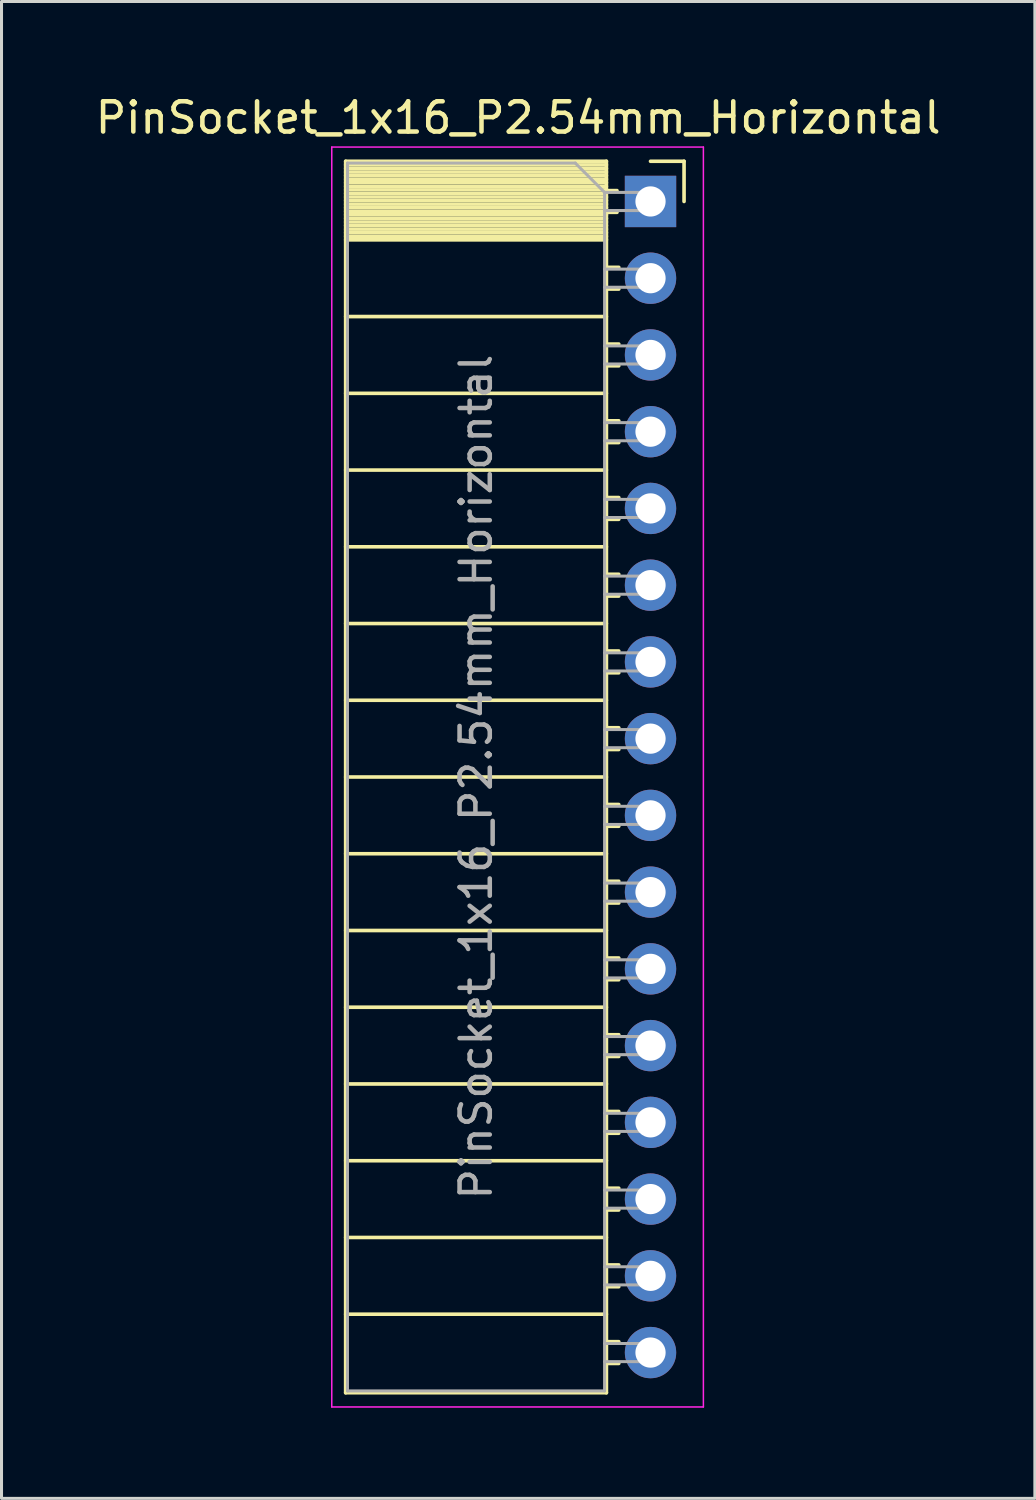
<source format=kicad_pcb>
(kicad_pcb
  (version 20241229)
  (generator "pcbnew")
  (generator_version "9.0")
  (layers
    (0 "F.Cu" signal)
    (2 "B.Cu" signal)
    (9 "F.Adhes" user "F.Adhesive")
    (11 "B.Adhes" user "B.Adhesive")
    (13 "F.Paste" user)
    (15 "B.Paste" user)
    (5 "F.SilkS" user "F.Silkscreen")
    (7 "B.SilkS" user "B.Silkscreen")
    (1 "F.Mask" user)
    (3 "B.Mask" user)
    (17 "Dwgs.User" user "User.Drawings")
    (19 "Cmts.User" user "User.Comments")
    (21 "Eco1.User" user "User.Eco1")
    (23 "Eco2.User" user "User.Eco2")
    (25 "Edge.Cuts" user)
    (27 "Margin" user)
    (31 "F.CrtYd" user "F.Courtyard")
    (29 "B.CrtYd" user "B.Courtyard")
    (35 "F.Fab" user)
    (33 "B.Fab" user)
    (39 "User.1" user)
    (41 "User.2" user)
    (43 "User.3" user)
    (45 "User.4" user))
  (footprint "PinSocket_1x16_P2.54mm_Horizontal"
    (layer "F.Cu")
    (at 18.481 3.618)
    (property "Reference" "PinSocket_1x16_P2.54mm_Horizontal" (at -4.38 -2.77 0) (layer "F.SilkS") (effects (font (size 1 1) (thickness 0.15))))
    (attr through_hole)
    (fp_line (start -10.09 -1.33) (end -10.09 39.43) (stroke (width 0.12) (type solid)) (layer "F.SilkS"))
    (fp_line (start -10.09 -1.33) (end -1.46 -1.33) (stroke (width 0.12) (type solid)) (layer "F.SilkS"))
    (fp_line (start -10.09 -1.21) (end -1.46 -1.21) (stroke (width 0.12) (type solid)) (layer "F.SilkS"))
    (fp_line (start -10.09 -1.092) (end -1.46 -1.092) (stroke (width 0.12) (type solid)) (layer "F.SilkS"))
    (fp_line (start -10.09 -0.974) (end -1.46 -0.974) (stroke (width 0.12) (type solid)) (layer "F.SilkS"))
    (fp_line (start -10.09 -0.856) (end -1.46 -0.856) (stroke (width 0.12) (type solid)) (layer "F.SilkS"))
    (fp_line (start -10.09 -0.738) (end -1.46 -0.738) (stroke (width 0.12) (type solid)) (layer "F.SilkS"))
    (fp_line (start -10.09 -0.62) (end -1.46 -0.62) (stroke (width 0.12) (type solid)) (layer "F.SilkS"))
    (fp_line (start -10.09 -0.501) (end -1.46 -0.501) (stroke (width 0.12) (type solid)) (layer "F.SilkS"))
    (fp_line (start -10.09 -0.383) (end -1.46 -0.383) (stroke (width 0.12) (type solid)) (layer "F.SilkS"))
    (fp_line (start -10.09 -0.265) (end -1.46 -0.265) (stroke (width 0.12) (type solid)) (layer "F.SilkS"))
    (fp_line (start -10.09 -0.147) (end -1.46 -0.147) (stroke (width 0.12) (type solid)) (layer "F.SilkS"))
    (fp_line (start -10.09 -0.029) (end -1.46 -0.029) (stroke (width 0.12) (type solid)) (layer "F.SilkS"))
    (fp_line (start -10.09 0.089) (end -1.46 0.089) (stroke (width 0.12) (type solid)) (layer "F.SilkS"))
    (fp_line (start -10.09 0.207) (end -1.46 0.207) (stroke (width 0.12) (type solid)) (layer "F.SilkS"))
    (fp_line (start -10.09 0.325) (end -1.46 0.325) (stroke (width 0.12) (type solid)) (layer "F.SilkS"))
    (fp_line (start -10.09 0.443) (end -1.46 0.443) (stroke (width 0.12) (type solid)) (layer "F.SilkS"))
    (fp_line (start -10.09 0.561) (end -1.46 0.561) (stroke (width 0.12) (type solid)) (layer "F.SilkS"))
    (fp_line (start -10.09 0.68) (end -1.46 0.68) (stroke (width 0.12) (type solid)) (layer "F.SilkS"))
    (fp_line (start -10.09 0.798) (end -1.46 0.798) (stroke (width 0.12) (type solid)) (layer "F.SilkS"))
    (fp_line (start -10.09 0.916) (end -1.46 0.916) (stroke (width 0.12) (type solid)) (layer "F.SilkS"))
    (fp_line (start -10.09 1.034) (end -1.46 1.034) (stroke (width 0.12) (type solid)) (layer "F.SilkS"))
    (fp_line (start -10.09 1.152) (end -1.46 1.152) (stroke (width 0.12) (type solid)) (layer "F.SilkS"))
    (fp_line (start -10.09 1.27) (end -1.46 1.27) (stroke (width 0.12) (type solid)) (layer "F.SilkS"))
    (fp_line (start -10.09 3.81) (end -1.46 3.81) (stroke (width 0.12) (type solid)) (layer "F.SilkS"))
    (fp_line (start -10.09 6.35) (end -1.46 6.35) (stroke (width 0.12) (type solid)) (layer "F.SilkS"))
    (fp_line (start -10.09 8.89) (end -1.46 8.89) (stroke (width 0.12) (type solid)) (layer "F.SilkS"))
    (fp_line (start -10.09 11.43) (end -1.46 11.43) (stroke (width 0.12) (type solid)) (layer "F.SilkS"))
    (fp_line (start -10.09 13.97) (end -1.46 13.97) (stroke (width 0.12) (type solid)) (layer "F.SilkS"))
    (fp_line (start -10.09 16.51) (end -1.46 16.51) (stroke (width 0.12) (type solid)) (layer "F.SilkS"))
    (fp_line (start -10.09 19.05) (end -1.46 19.05) (stroke (width 0.12) (type solid)) (layer "F.SilkS"))
    (fp_line (start -10.09 21.59) (end -1.46 21.59) (stroke (width 0.12) (type solid)) (layer "F.SilkS"))
    (fp_line (start -10.09 24.13) (end -1.46 24.13) (stroke (width 0.12) (type solid)) (layer "F.SilkS"))
    (fp_line (start -10.09 26.67) (end -1.46 26.67) (stroke (width 0.12) (type solid)) (layer "F.SilkS"))
    (fp_line (start -10.09 29.21) (end -1.46 29.21) (stroke (width 0.12) (type solid)) (layer "F.SilkS"))
    (fp_line (start -10.09 31.75) (end -1.46 31.75) (stroke (width 0.12) (type solid)) (layer "F.SilkS"))
    (fp_line (start -10.09 34.29) (end -1.46 34.29) (stroke (width 0.12) (type solid)) (layer "F.SilkS"))
    (fp_line (start -10.09 36.83) (end -1.46 36.83) (stroke (width 0.12) (type solid)) (layer "F.SilkS"))
    (fp_line (start -10.09 39.43) (end -1.46 39.43) (stroke (width 0.12) (type solid)) (layer "F.SilkS"))
    (fp_line (start -1.46 -1.33) (end -1.46 39.43) (stroke (width 0.12) (type solid)) (layer "F.SilkS"))
    (fp_line (start -1.46 -0.36) (end -1.11 -0.36) (stroke (width 0.12) (type solid)) (layer "F.SilkS"))
    (fp_line (start -1.46 0.36) (end -1.11 0.36) (stroke (width 0.12) (type solid)) (layer "F.SilkS"))
    (fp_line (start -1.46 2.18) (end -1.05 2.18) (stroke (width 0.12) (type solid)) (layer "F.SilkS"))
    (fp_line (start -1.46 2.9) (end -1.05 2.9) (stroke (width 0.12) (type solid)) (layer "F.SilkS"))
    (fp_line (start -1.46 4.72) (end -1.05 4.72) (stroke (width 0.12) (type solid)) (layer "F.SilkS"))
    (fp_line (start -1.46 5.44) (end -1.05 5.44) (stroke (width 0.12) (type solid)) (layer "F.SilkS"))
    (fp_line (start -1.46 7.26) (end -1.05 7.26) (stroke (width 0.12) (type solid)) (layer "F.SilkS"))
    (fp_line (start -1.46 7.98) (end -1.05 7.98) (stroke (width 0.12) (type solid)) (layer "F.SilkS"))
    (fp_line (start -1.46 9.8) (end -1.05 9.8) (stroke (width 0.12) (type solid)) (layer "F.SilkS"))
    (fp_line (start -1.46 10.52) (end -1.05 10.52) (stroke (width 0.12) (type solid)) (layer "F.SilkS"))
    (fp_line (start -1.46 12.34) (end -1.05 12.34) (stroke (width 0.12) (type solid)) (layer "F.SilkS"))
    (fp_line (start -1.46 13.06) (end -1.05 13.06) (stroke (width 0.12) (type solid)) (layer "F.SilkS"))
    (fp_line (start -1.46 14.88) (end -1.05 14.88) (stroke (width 0.12) (type solid)) (layer "F.SilkS"))
    (fp_line (start -1.46 15.6) (end -1.05 15.6) (stroke (width 0.12) (type solid)) (layer "F.SilkS"))
    (fp_line (start -1.46 17.42) (end -1.05 17.42) (stroke (width 0.12) (type solid)) (layer "F.SilkS"))
    (fp_line (start -1.46 18.14) (end -1.05 18.14) (stroke (width 0.12) (type solid)) (layer "F.SilkS"))
    (fp_line (start -1.46 19.96) (end -1.05 19.96) (stroke (width 0.12) (type solid)) (layer "F.SilkS"))
    (fp_line (start -1.46 20.68) (end -1.05 20.68) (stroke (width 0.12) (type solid)) (layer "F.SilkS"))
    (fp_line (start -1.46 22.5) (end -1.05 22.5) (stroke (width 0.12) (type solid)) (layer "F.SilkS"))
    (fp_line (start -1.46 23.22) (end -1.05 23.22) (stroke (width 0.12) (type solid)) (layer "F.SilkS"))
    (fp_line (start -1.46 25.04) (end -1.05 25.04) (stroke (width 0.12) (type solid)) (layer "F.SilkS"))
    (fp_line (start -1.46 25.76) (end -1.05 25.76) (stroke (width 0.12) (type solid)) (layer "F.SilkS"))
    (fp_line (start -1.46 27.58) (end -1.05 27.58) (stroke (width 0.12) (type solid)) (layer "F.SilkS"))
    (fp_line (start -1.46 28.3) (end -1.05 28.3) (stroke (width 0.12) (type solid)) (layer "F.SilkS"))
    (fp_line (start -1.46 30.12) (end -1.05 30.12) (stroke (width 0.12) (type solid)) (layer "F.SilkS"))
    (fp_line (start -1.46 30.84) (end -1.05 30.84) (stroke (width 0.12) (type solid)) (layer "F.SilkS"))
    (fp_line (start -1.46 32.66) (end -1.05 32.66) (stroke (width 0.12) (type solid)) (layer "F.SilkS"))
    (fp_line (start -1.46 33.38) (end -1.05 33.38) (stroke (width 0.12) (type solid)) (layer "F.SilkS"))
    (fp_line (start -1.46 35.2) (end -1.05 35.2) (stroke (width 0.12) (type solid)) (layer "F.SilkS"))
    (fp_line (start -1.46 35.92) (end -1.05 35.92) (stroke (width 0.12) (type solid)) (layer "F.SilkS"))
    (fp_line (start -1.46 37.74) (end -1.05 37.74) (stroke (width 0.12) (type solid)) (layer "F.SilkS"))
    (fp_line (start -1.46 38.46) (end -1.05 38.46) (stroke (width 0.12) (type solid)) (layer "F.SilkS"))
    (fp_line (start 0 -1.33) (end 1.11 -1.33) (stroke (width 0.12) (type solid)) (layer "F.SilkS"))
    (fp_line (start 1.11 -1.33) (end 1.11 0) (stroke (width 0.12) (type solid)) (layer "F.SilkS"))
    (fp_line (start -10.55 -1.8) (end -10.55 39.9) (stroke (width 0.05) (type solid)) (layer "F.CrtYd"))
    (fp_line (start -10.55 39.9) (end 1.75 39.9) (stroke (width 0.05) (type solid)) (layer "F.CrtYd"))
    (fp_line (start 1.75 -1.8) (end -10.55 -1.8) (stroke (width 0.05) (type solid)) (layer "F.CrtYd"))
    (fp_line (start 1.75 39.9) (end 1.75 -1.8) (stroke (width 0.05) (type solid)) (layer "F.CrtYd"))
    (fp_line (start -10.03 -1.27) (end -2.49 -1.27) (stroke (width 0.1) (type solid)) (layer "F.Fab"))
    (fp_line (start -10.03 39.37) (end -10.03 -1.27) (stroke (width 0.1) (type solid)) (layer "F.Fab"))
    (fp_line (start -2.49 -1.27) (end -1.52 -0.3) (stroke (width 0.1) (type solid)) (layer "F.Fab"))
    (fp_line (start -1.52 -0.3) (end -1.52 39.37) (stroke (width 0.1) (type solid)) (layer "F.Fab"))
    (fp_line (start -1.52 0.3) (end 0 0.3) (stroke (width 0.1) (type solid)) (layer "F.Fab"))
    (fp_line (start -1.52 2.84) (end 0 2.84) (stroke (width 0.1) (type solid)) (layer "F.Fab"))
    (fp_line (start -1.52 5.38) (end 0 5.38) (stroke (width 0.1) (type solid)) (layer "F.Fab"))
    (fp_line (start -1.52 7.92) (end 0 7.92) (stroke (width 0.1) (type solid)) (layer "F.Fab"))
    (fp_line (start -1.52 10.46) (end 0 10.46) (stroke (width 0.1) (type solid)) (layer "F.Fab"))
    (fp_line (start -1.52 13) (end 0 13) (stroke (width 0.1) (type solid)) (layer "F.Fab"))
    (fp_line (start -1.52 15.54) (end 0 15.54) (stroke (width 0.1) (type solid)) (layer "F.Fab"))
    (fp_line (start -1.52 18.08) (end 0 18.08) (stroke (width 0.1) (type solid)) (layer "F.Fab"))
    (fp_line (start -1.52 20.62) (end 0 20.62) (stroke (width 0.1) (type solid)) (layer "F.Fab"))
    (fp_line (start -1.52 23.16) (end 0 23.16) (stroke (width 0.1) (type solid)) (layer "F.Fab"))
    (fp_line (start -1.52 25.7) (end 0 25.7) (stroke (width 0.1) (type solid)) (layer "F.Fab"))
    (fp_line (start -1.52 28.24) (end 0 28.24) (stroke (width 0.1) (type solid)) (layer "F.Fab"))
    (fp_line (start -1.52 30.78) (end 0 30.78) (stroke (width 0.1) (type solid)) (layer "F.Fab"))
    (fp_line (start -1.52 33.32) (end 0 33.32) (stroke (width 0.1) (type solid)) (layer "F.Fab"))
    (fp_line (start -1.52 35.86) (end 0 35.86) (stroke (width 0.1) (type solid)) (layer "F.Fab"))
    (fp_line (start -1.52 38.4) (end 0 38.4) (stroke (width 0.1) (type solid)) (layer "F.Fab"))
    (fp_line (start -1.52 39.37) (end -10.03 39.37) (stroke (width 0.1) (type solid)) (layer "F.Fab"))
    (fp_line (start 0 -0.3) (end -1.52 -0.3) (stroke (width 0.1) (type solid)) (layer "F.Fab"))
    (fp_line (start 0 0.3) (end 0 -0.3) (stroke (width 0.1) (type solid)) (layer "F.Fab"))
    (fp_line (start 0 2.24) (end -1.52 2.24) (stroke (width 0.1) (type solid)) (layer "F.Fab"))
    (fp_line (start 0 2.84) (end 0 2.24) (stroke (width 0.1) (type solid)) (layer "F.Fab"))
    (fp_line (start 0 4.78) (end -1.52 4.78) (stroke (width 0.1) (type solid)) (layer "F.Fab"))
    (fp_line (start 0 5.38) (end 0 4.78) (stroke (width 0.1) (type solid)) (layer "F.Fab"))
    (fp_line (start 0 7.32) (end -1.52 7.32) (stroke (width 0.1) (type solid)) (layer "F.Fab"))
    (fp_line (start 0 7.92) (end 0 7.32) (stroke (width 0.1) (type solid)) (layer "F.Fab"))
    (fp_line (start 0 9.86) (end -1.52 9.86) (stroke (width 0.1) (type solid)) (layer "F.Fab"))
    (fp_line (start 0 10.46) (end 0 9.86) (stroke (width 0.1) (type solid)) (layer "F.Fab"))
    (fp_line (start 0 12.4) (end -1.52 12.4) (stroke (width 0.1) (type solid)) (layer "F.Fab"))
    (fp_line (start 0 13) (end 0 12.4) (stroke (width 0.1) (type solid)) (layer "F.Fab"))
    (fp_line (start 0 14.94) (end -1.52 14.94) (stroke (width 0.1) (type solid)) (layer "F.Fab"))
    (fp_line (start 0 15.54) (end 0 14.94) (stroke (width 0.1) (type solid)) (layer "F.Fab"))
    (fp_line (start 0 17.48) (end -1.52 17.48) (stroke (width 0.1) (type solid)) (layer "F.Fab"))
    (fp_line (start 0 18.08) (end 0 17.48) (stroke (width 0.1) (type solid)) (layer "F.Fab"))
    (fp_line (start 0 20.02) (end -1.52 20.02) (stroke (width 0.1) (type solid)) (layer "F.Fab"))
    (fp_line (start 0 20.62) (end 0 20.02) (stroke (width 0.1) (type solid)) (layer "F.Fab"))
    (fp_line (start 0 22.56) (end -1.52 22.56) (stroke (width 0.1) (type solid)) (layer "F.Fab"))
    (fp_line (start 0 23.16) (end 0 22.56) (stroke (width 0.1) (type solid)) (layer "F.Fab"))
    (fp_line (start 0 25.1) (end -1.52 25.1) (stroke (width 0.1) (type solid)) (layer "F.Fab"))
    (fp_line (start 0 25.7) (end 0 25.1) (stroke (width 0.1) (type solid)) (layer "F.Fab"))
    (fp_line (start 0 27.64) (end -1.52 27.64) (stroke (width 0.1) (type solid)) (layer "F.Fab"))
    (fp_line (start 0 28.24) (end 0 27.64) (stroke (width 0.1) (type solid)) (layer "F.Fab"))
    (fp_line (start 0 30.18) (end -1.52 30.18) (stroke (width 0.1) (type solid)) (layer "F.Fab"))
    (fp_line (start 0 30.78) (end 0 30.18) (stroke (width 0.1) (type solid)) (layer "F.Fab"))
    (fp_line (start 0 32.72) (end -1.52 32.72) (stroke (width 0.1) (type solid)) (layer "F.Fab"))
    (fp_line (start 0 33.32) (end 0 32.72) (stroke (width 0.1) (type solid)) (layer "F.Fab"))
    (fp_line (start 0 35.26) (end -1.52 35.26) (stroke (width 0.1) (type solid)) (layer "F.Fab"))
    (fp_line (start 0 35.86) (end 0 35.26) (stroke (width 0.1) (type solid)) (layer "F.Fab"))
    (fp_line (start 0 37.8) (end -1.52 37.8) (stroke (width 0.1) (type solid)) (layer "F.Fab"))
    (fp_line (start 0 38.4) (end 0 37.8) (stroke (width 0.1) (type solid)) (layer "F.Fab"))
    (fp_text user "${REFERENCE}" (at -5.775 19.05 90) (layer "F.Fab") (effects (font (size 1 1) (thickness 0.15))))
    (pad "1" thru_hole rect (at 0 0) (size 1.7 1.7) (drill 1) (layers "*.Cu" "*.Mask"))
    (pad "2" thru_hole circle (at 0 2.54) (size 1.7 1.7) (drill 1) (layers "*.Cu" "*.Mask"))
    (pad "3" thru_hole circle (at 0 5.08) (size 1.7 1.7) (drill 1) (layers "*.Cu" "*.Mask"))
    (pad "4" thru_hole circle (at 0 7.62) (size 1.7 1.7) (drill 1) (layers "*.Cu" "*.Mask"))
    (pad "5" thru_hole circle (at 0 10.16) (size 1.7 1.7) (drill 1) (layers "*.Cu" "*.Mask"))
    (pad "6" thru_hole circle (at 0 12.7) (size 1.7 1.7) (drill 1) (layers "*.Cu" "*.Mask"))
    (pad "7" thru_hole circle (at 0 15.24) (size 1.7 1.7) (drill 1) (layers "*.Cu" "*.Mask"))
    (pad "8" thru_hole circle (at 0 17.78) (size 1.7 1.7) (drill 1) (layers "*.Cu" "*.Mask"))
    (pad "9" thru_hole circle (at 0 20.32) (size 1.7 1.7) (drill 1) (layers "*.Cu" "*.Mask"))
    (pad "10" thru_hole circle (at 0 22.86) (size 1.7 1.7) (drill 1) (layers "*.Cu" "*.Mask"))
    (pad "11" thru_hole circle (at 0 25.4) (size 1.7 1.7) (drill 1) (layers "*.Cu" "*.Mask"))
    (pad "12" thru_hole circle (at 0 27.94) (size 1.7 1.7) (drill 1) (layers "*.Cu" "*.Mask"))
    (pad "13" thru_hole circle (at 0 30.48) (size 1.7 1.7) (drill 1) (layers "*.Cu" "*.Mask"))
    (pad "14" thru_hole circle (at 0 33.02) (size 1.7 1.7) (drill 1) (layers "*.Cu" "*.Mask"))
    (pad "15" thru_hole circle (at 0 35.56) (size 1.7 1.7) (drill 1) (layers "*.Cu" "*.Mask"))
    (pad "16" thru_hole circle (at 0 38.1) (size 1.7 1.7) (drill 1) (layers "*.Cu" "*.Mask")))
  (gr_rect
    (start -3 -3)
    (end 31.202 46.543)
    (stroke (width 0.1) (type default))
    (fill no)
    (layer "Edge.Cuts")))
</source>
